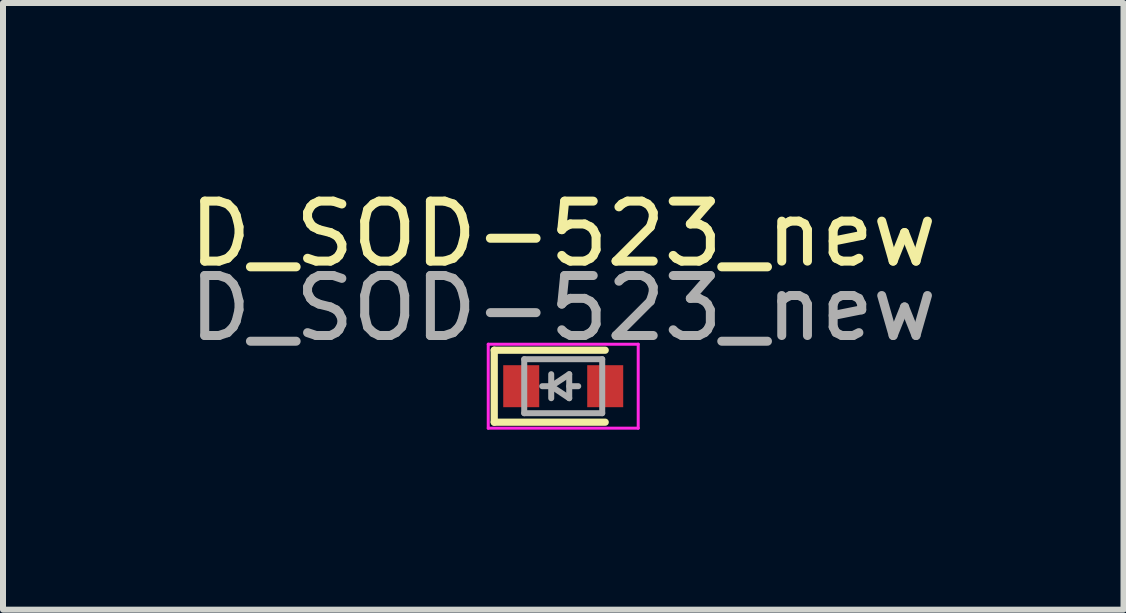
<source format=kicad_pcb>
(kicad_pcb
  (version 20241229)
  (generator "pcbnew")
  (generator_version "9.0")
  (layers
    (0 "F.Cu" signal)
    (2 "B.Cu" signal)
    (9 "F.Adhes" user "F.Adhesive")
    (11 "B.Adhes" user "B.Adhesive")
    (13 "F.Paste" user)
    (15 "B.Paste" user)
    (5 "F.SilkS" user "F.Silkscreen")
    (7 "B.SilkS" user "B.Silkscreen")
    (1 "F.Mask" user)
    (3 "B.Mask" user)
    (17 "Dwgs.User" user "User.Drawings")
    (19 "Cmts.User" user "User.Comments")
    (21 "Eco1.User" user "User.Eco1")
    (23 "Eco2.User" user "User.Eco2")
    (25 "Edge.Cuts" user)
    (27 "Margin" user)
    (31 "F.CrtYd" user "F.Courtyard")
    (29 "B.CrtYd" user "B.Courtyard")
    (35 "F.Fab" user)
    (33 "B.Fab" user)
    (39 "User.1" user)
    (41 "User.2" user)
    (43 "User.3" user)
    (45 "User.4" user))
  (footprint "D_SOD-523_new"
    (layer "F.Cu")
    (at 6.339 3.388)
    (property "Reference" "D_SOD-523_new" (at 0 -2.54 0) (layer "F.SilkS") (effects (font (size 1 1) (thickness 0.15))))
    (attr smd)
    (fp_line (start -1.15 -0.6) (end -1.15 0.6) (stroke (width 0.12) (type solid)) (layer "F.SilkS"))
    (fp_line (start 0.7 -0.6) (end -1.15 -0.6) (stroke (width 0.12) (type solid)) (layer "F.SilkS"))
    (fp_line (start 0.7 0.6) (end -1.15 0.6) (stroke (width 0.12) (type solid)) (layer "F.SilkS"))
    (fp_line (start -1.25 -0.7) (end 1.25 -0.7) (stroke (width 0.05) (type solid)) (layer "F.CrtYd"))
    (fp_line (start -1.25 0.7) (end -1.25 -0.7) (stroke (width 0.05) (type solid)) (layer "F.CrtYd"))
    (fp_line (start 1.25 -0.7) (end 1.25 0.7) (stroke (width 0.05) (type solid)) (layer "F.CrtYd"))
    (fp_line (start 1.25 0.7) (end -1.25 0.7) (stroke (width 0.05) (type solid)) (layer "F.CrtYd"))
    (fp_line (start -0.65 -0.45) (end 0.65 -0.45) (stroke (width 0.1) (type solid)) (layer "F.Fab"))
    (fp_line (start -0.65 0.45) (end -0.65 -0.45) (stroke (width 0.1) (type solid)) (layer "F.Fab"))
    (fp_line (start -0.2 0) (end -0.35 0) (stroke (width 0.1) (type solid)) (layer "F.Fab"))
    (fp_line (start -0.2 0) (end 0.1 -0.2) (stroke (width 0.1) (type solid)) (layer "F.Fab"))
    (fp_line (start -0.2 0.2) (end -0.2 -0.2) (stroke (width 0.1) (type solid)) (layer "F.Fab"))
    (fp_line (start 0.1 0) (end 0.25 0) (stroke (width 0.1) (type solid)) (layer "F.Fab"))
    (fp_line (start 0.1 0.2) (end -0.2 0) (stroke (width 0.1) (type solid)) (layer "F.Fab"))
    (fp_line (start 0.1 0.2) (end 0.1 -0.2) (stroke (width 0.1) (type solid)) (layer "F.Fab"))
    (fp_line (start 0.65 -0.45) (end 0.65 0.45) (stroke (width 0.1) (type solid)) (layer "F.Fab"))
    (fp_line (start 0.65 0.45) (end -0.65 0.45) (stroke (width 0.1) (type solid)) (layer "F.Fab"))
    (fp_text user "${REFERENCE}" (at 0 -1.3 0) (layer "F.Fab") (effects (font (size 1 1) (thickness 0.15))))
    (pad "1" smd rect (at -0.7 0 180) (size 0.6 0.7) (layers "F.Cu" "F.Mask" "F.Paste"))
    (pad "2" smd rect (at 0.7 0 180) (size 0.6 0.7) (layers "F.Cu" "F.Mask" "F.Paste")))
  (gr_rect
    (start -3 -3)
    (end 15.679 7.113)
    (stroke (width 0.1) (type default))
    (fill no)
    (layer "Edge.Cuts")))
</source>
